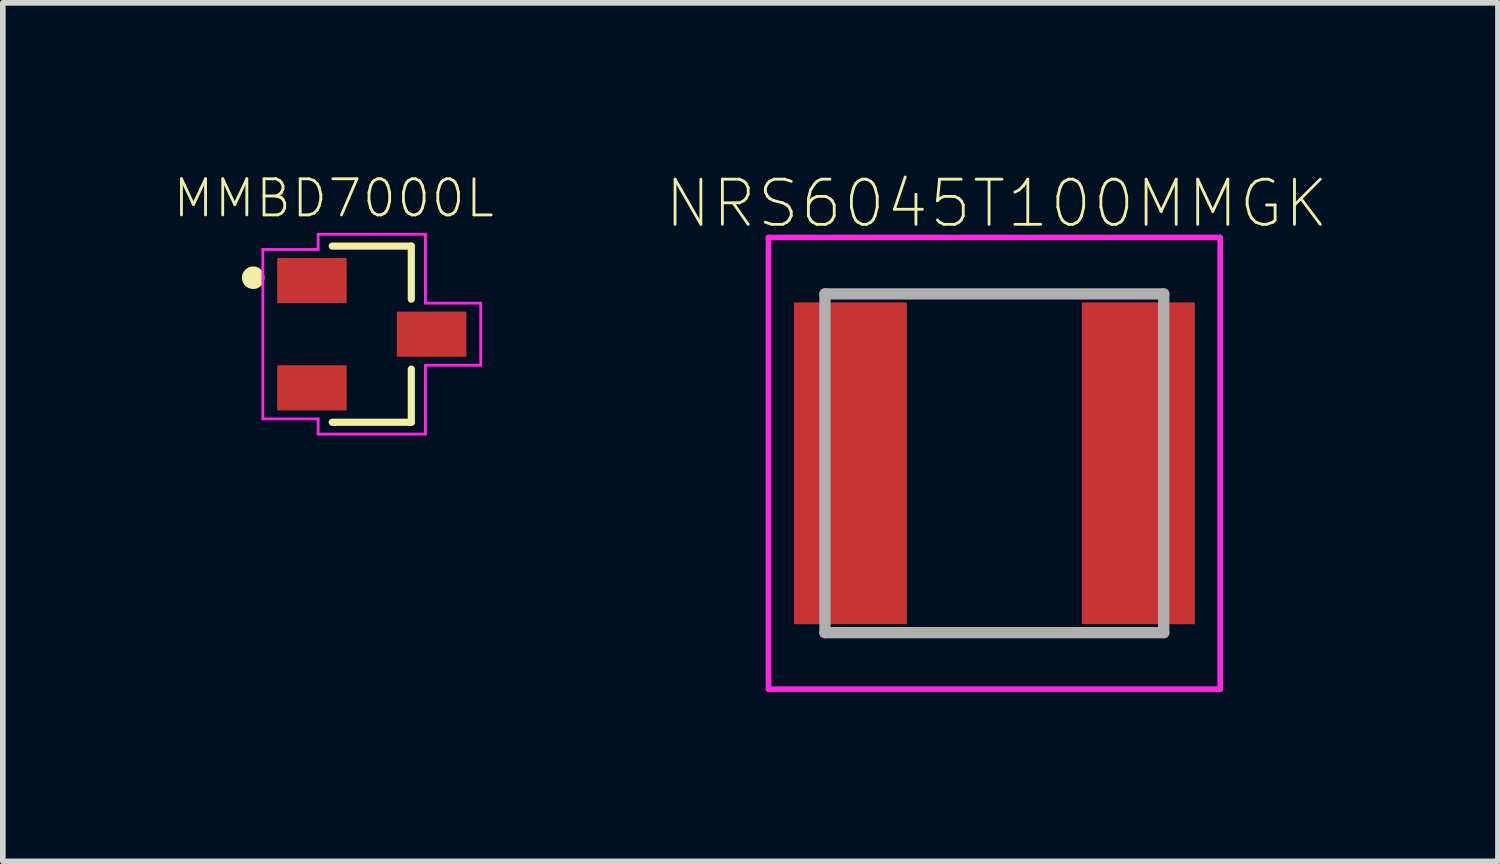
<source format=kicad_pcb>
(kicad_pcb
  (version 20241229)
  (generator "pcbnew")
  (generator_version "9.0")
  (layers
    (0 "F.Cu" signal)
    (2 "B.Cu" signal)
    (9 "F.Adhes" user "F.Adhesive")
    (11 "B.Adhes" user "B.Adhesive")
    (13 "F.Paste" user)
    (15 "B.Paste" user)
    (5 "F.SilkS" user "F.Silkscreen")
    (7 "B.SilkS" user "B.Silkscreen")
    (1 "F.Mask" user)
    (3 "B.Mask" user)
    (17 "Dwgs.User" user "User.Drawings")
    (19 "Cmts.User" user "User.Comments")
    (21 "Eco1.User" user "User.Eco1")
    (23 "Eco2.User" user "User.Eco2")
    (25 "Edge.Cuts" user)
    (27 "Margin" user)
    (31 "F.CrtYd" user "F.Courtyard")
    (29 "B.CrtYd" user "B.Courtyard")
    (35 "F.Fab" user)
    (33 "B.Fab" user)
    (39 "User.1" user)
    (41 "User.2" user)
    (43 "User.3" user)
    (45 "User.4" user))
  (footprint "MMBD7000L"
    (layer "F.Cu")
    (at 3.535 2.869)
    (property "Reference" "MMBD7000L" (at -0.674 -2.406 0) (layer "F.SilkS") (effects (font (size 0.64 0.64) (thickness 0.05))))
    (attr smd)
    (fp_line (start -0.7 -1.56) (end 0.7 -1.56) (stroke (width 0.127) (type solid)) (layer "F.SilkS"))
    (fp_line (start -0.7 1.56) (end 0.7 1.56) (stroke (width 0.127) (type solid)) (layer "F.SilkS"))
    (fp_line (start 0.7 -1.56) (end 0.7 -0.62) (stroke (width 0.127) (type solid)) (layer "F.SilkS"))
    (fp_line (start 0.7 0.62) (end 0.7 1.56) (stroke (width 0.127) (type solid)) (layer "F.SilkS"))
    (fp_circle (center -2.1 -1) (end -2 -1) (stroke (width 0.2) (type solid)) (fill no) (layer "F.SilkS"))
    (fp_line (start -0.7 -1.52) (end 0.7 -1.52) (stroke (width 0.127) (type solid)) (layer "Eco2.User"))
    (fp_line (start -0.7 1.52) (end -0.7 -1.52) (stroke (width 0.127) (type solid)) (layer "Eco2.User"))
    (fp_line (start 0.7 -1.52) (end 0.7 1.52) (stroke (width 0.127) (type solid)) (layer "Eco2.User"))
    (fp_line (start 0.7 1.52) (end -0.7 1.52) (stroke (width 0.127) (type solid)) (layer "Eco2.User"))
    (fp_circle (center -2.1 -1) (end -2 -1) (stroke (width 0.2) (type solid)) (fill no) (layer "Eco2.User"))
    (fp_line (start -1.93 -1.5) (end -1.93 1.5) (stroke (width 0.05) (type solid)) (layer "F.CrtYd"))
    (fp_line (start -1.93 1.5) (end -0.95 1.5) (stroke (width 0.05) (type solid)) (layer "F.CrtYd"))
    (fp_line (start -0.95 -1.77) (end -0.95 -1.5) (stroke (width 0.05) (type solid)) (layer "F.CrtYd"))
    (fp_line (start -0.95 -1.77) (end 0.95 -1.77) (stroke (width 0.05) (type solid)) (layer "F.CrtYd"))
    (fp_line (start -0.95 -1.5) (end -1.93 -1.5) (stroke (width 0.05) (type solid)) (layer "F.CrtYd"))
    (fp_line (start -0.95 1.5) (end -0.95 1.77) (stroke (width 0.05) (type solid)) (layer "F.CrtYd"))
    (fp_line (start -0.95 1.77) (end 0.95 1.77) (stroke (width 0.05) (type solid)) (layer "F.CrtYd"))
    (fp_line (start 0.95 -1.77) (end 0.95 -0.55) (stroke (width 0.05) (type solid)) (layer "F.CrtYd"))
    (fp_line (start 0.95 -0.55) (end 1.93 -0.55) (stroke (width 0.05) (type solid)) (layer "F.CrtYd"))
    (fp_line (start 0.95 0.55) (end 0.95 1.77) (stroke (width 0.05) (type solid)) (layer "F.CrtYd"))
    (fp_line (start 1.93 -0.55) (end 1.93 0.55) (stroke (width 0.05) (type solid)) (layer "F.CrtYd"))
    (fp_line (start 1.93 0.55) (end 0.95 0.55) (stroke (width 0.05) (type solid)) (layer "F.CrtYd"))
    (pad "1" smd rect (at -1.06 -0.95) (size 1.23 0.8) (layers "F.Cu" "F.Mask" "F.Paste"))
    (pad "2" smd rect (at -1.06 0.95) (size 1.23 0.8) (layers "F.Cu" "F.Mask" "F.Paste"))
    (pad "3" smd rect (at 1.06 0) (size 1.23 0.8) (layers "F.Cu" "F.Mask" "F.Paste")))
  (footprint "NRS6045T100MMGK"
    (layer "F.Cu")
    (at 14.562 5.156)
    (property "Reference" "NRS6045T100MMGK" (at 0.04 -4.6 0) (layer "F.SilkS") (effects (font (size 0.8 0.8) (thickness 0.05))))
    (attr smd)
    (fp_line (start -3 -3) (end 3 -3) (stroke (width 0.1) (type solid)) (layer "F.SilkS"))
    (fp_line (start -3 3) (end 3 3) (stroke (width 0.1) (type solid)) (layer "F.SilkS"))
    (fp_line (start -4 -4) (end 4 -4) (stroke (width 0.1) (type solid)) (layer "F.CrtYd"))
    (fp_line (start -4 4) (end -4 -4) (stroke (width 0.1) (type solid)) (layer "F.CrtYd"))
    (fp_line (start 4 -4) (end 4 4) (stroke (width 0.1) (type solid)) (layer "F.CrtYd"))
    (fp_line (start 4 4) (end -4 4) (stroke (width 0.1) (type solid)) (layer "F.CrtYd"))
    (fp_line (start -3 -3) (end 3 -3) (stroke (width 0.2) (type solid)) (layer "F.Fab"))
    (fp_line (start -3 3) (end -3 -3) (stroke (width 0.2) (type solid)) (layer "F.Fab"))
    (fp_line (start 3 -3) (end 3 3) (stroke (width 0.2) (type solid)) (layer "F.Fab"))
    (fp_line (start 3 3) (end -3 3) (stroke (width 0.2) (type solid)) (layer "F.Fab"))
    (pad "1" smd rect (at -2.55 0 90) (size 5.7 2) (layers "F.Cu" "F.Mask" "F.Paste"))
    (pad "2" smd rect (at 2.55 0 90) (size 5.7 2) (layers "F.Cu" "F.Mask" "F.Paste")))
  (gr_rect
    (start -3 -3)
    (end 23.482 12.206)
    (stroke (width 0.1) (type default))
    (fill no)
    (layer "Edge.Cuts")))
</source>
